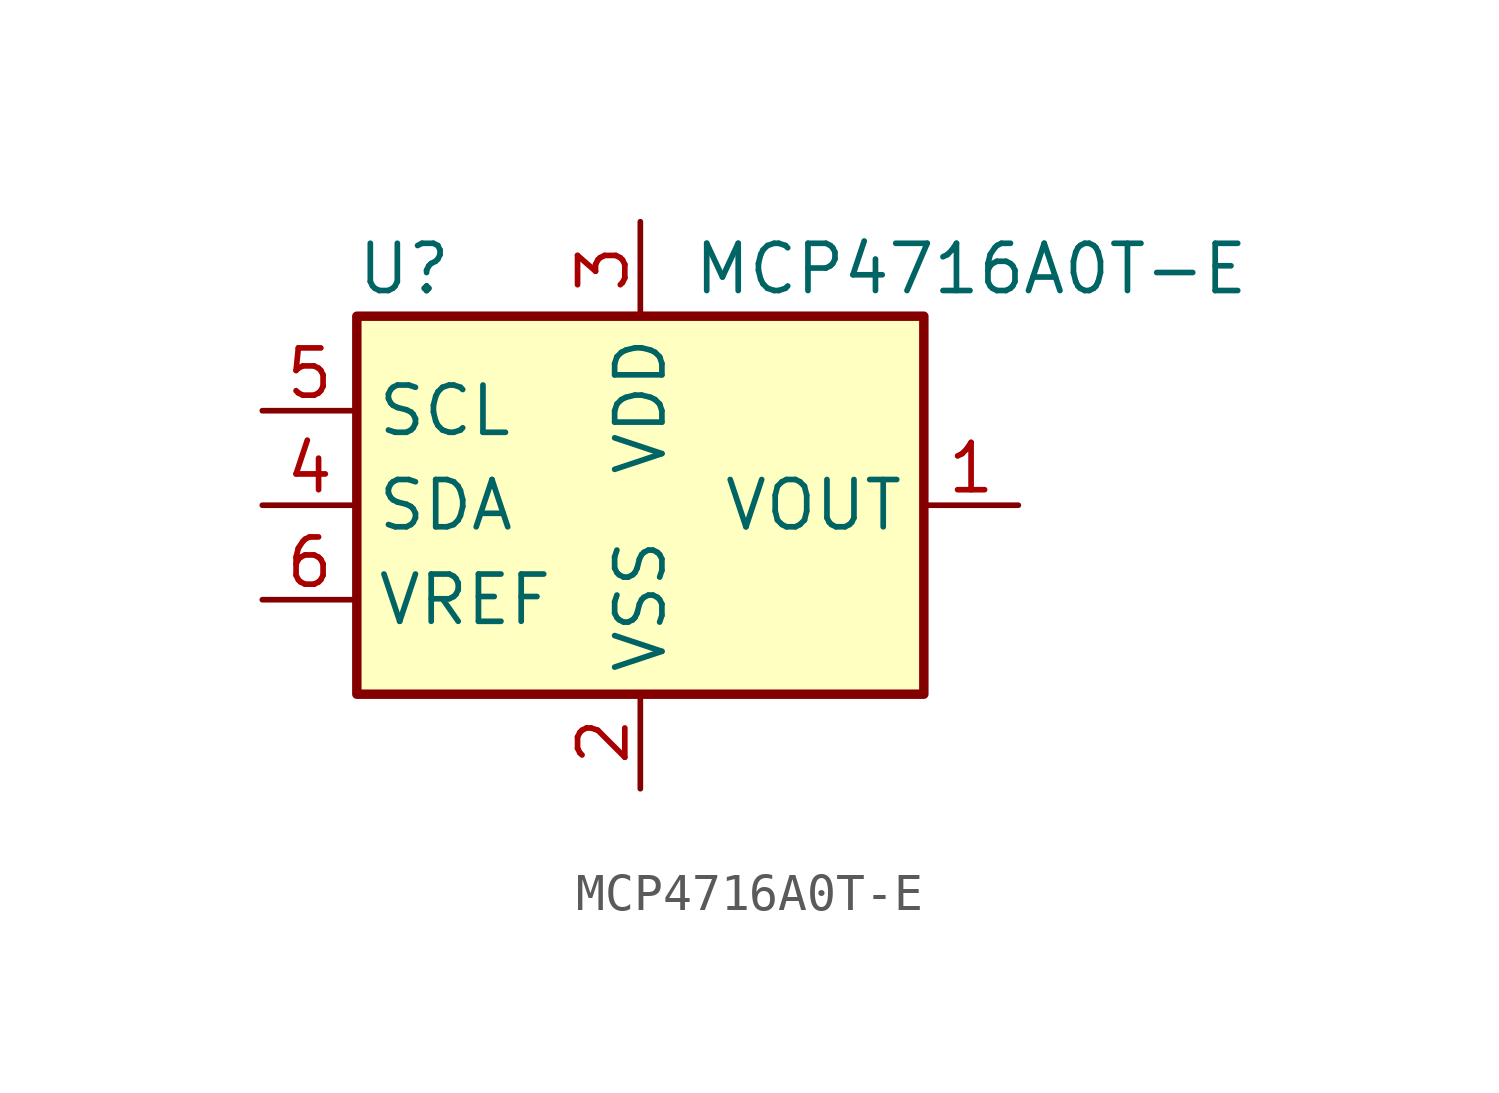
<source format=kicad_sym>
(kicad_symbol_lib
  (version 20211014)
  (generator kicad_symbol_editor)
  (symbol "MCP4716A0T-E"
    (property "Reference" "U"
      (at -6.35 6.35 0)
      (effects (font (size 1.27 1.27))))
    (property "Value" "MCP4716A0T-E"
      (at 8.89 6.35 0)
      (effects (font (size 1.27 1.27))))
    (symbol "MCP4716A0T-E_0_1"
      (rectangle (start -7.62 5.08) (end 7.62 -5.08) (stroke (width 0.254) (type default) (color 0 0 0 0)) (fill (type background))))
    (symbol "MCP4716A0T-E_1_1"
      (pin output line (at 10.16 0 180) (length 2.54) (name "VOUT" (effects (font (size 1.27 1.27)))) (number "1" (effects (font (size 1.27 1.27)))))
      (pin power_in line (at 0 -7.62 90) (length 2.54) (name "VSS" (effects (font (size 1.27 1.27)))) (number "2" (effects (font (size 1.27 1.27)))))
      (pin power_in line (at 0 7.62 270) (length 2.54) (name "VDD" (effects (font (size 1.27 1.27)))) (number "3" (effects (font (size 1.27 1.27)))))
      (pin bidirectional line (at -10.16 0 0) (length 2.54) (name "SDA" (effects (font (size 1.27 1.27)))) (number "4" (effects (font (size 1.27 1.27)))))
      (pin input line (at -10.16 2.54 0) (length 2.54) (name "SCL" (effects (font (size 1.27 1.27)))) (number "5" (effects (font (size 1.27 1.27)))))
      (pin input line (at -10.16 -2.54 0) (length 2.54) (name "VREF" (effects (font (size 1.27 1.27)))) (number "6" (effects (font (size 1.27 1.27))))))))
</source>
